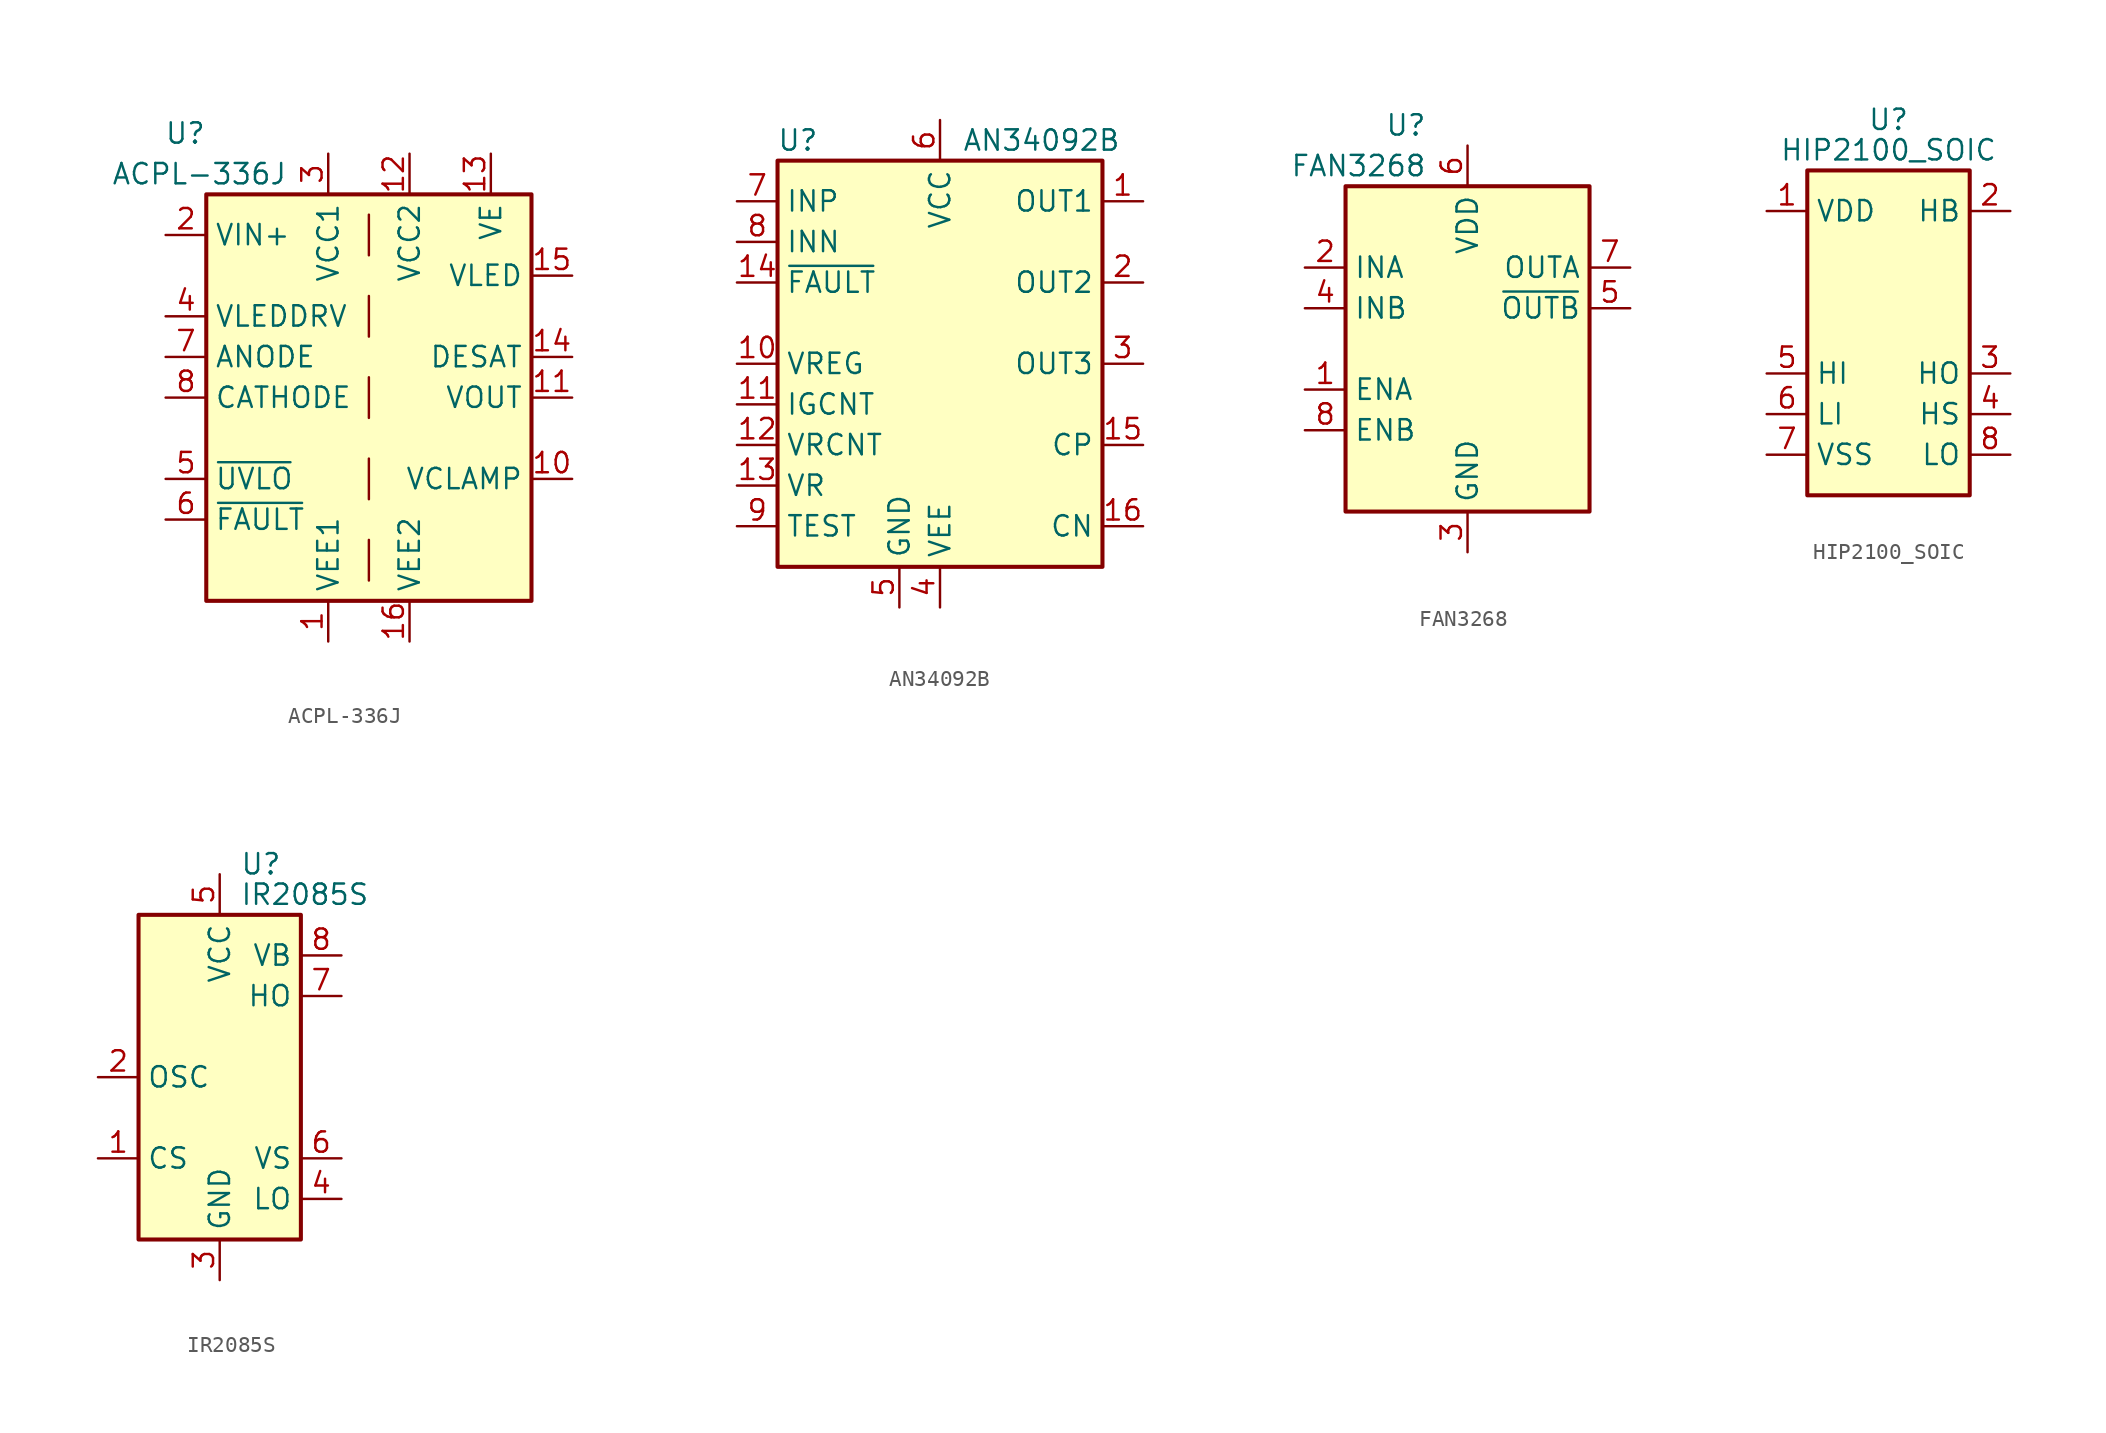
<source format=kicad_sym>
(kicad_symbol_lib
  (version 20211014)
  (generator kicad_symbol_editor)
  (symbol "ACPL-336J"
    (property "Reference" "U"
      (at -10.16 16.51 0)
      (effects (font (size 1.27 1.27)) (justify right)))
    (property "Value" "ACPL-336J"
      (at -5.08 13.97 0)
      (effects (font (size 1.27 1.27)) (justify right)))
    (symbol "ACPL-336J_0_1"
      (rectangle (start -10.16 12.7) (end 10.16 -12.7) (stroke (width 0.254) (type default) (color 0 0 0 0)) (fill (type background)))
      (polyline (pts (xy 0 -11.43) (xy 0 -8.89)) (stroke (width 0) (type default) (color 0 0 0 0)) (fill (type none)))
      (polyline (pts (xy 0 -6.35) (xy 0 -3.81)) (stroke (width 0) (type default) (color 0 0 0 0)) (fill (type none)))
      (polyline (pts (xy 0 -1.27) (xy 0 1.27)) (stroke (width 0) (type default) (color 0 0 0 0)) (fill (type none)))
      (polyline (pts (xy 0 3.81) (xy 0 6.35)) (stroke (width 0) (type default) (color 0 0 0 0)) (fill (type none)))
      (polyline (pts (xy 0 8.89) (xy 0 11.43)) (stroke (width 0) (type default) (color 0 0 0 0)) (fill (type none))))
    (symbol "ACPL-336J_1_1"
      (pin power_in line (at -2.54 -15.24 90) (length 2.54) (name "VEE1" (effects (font (size 1.27 1.27)))) (number "1" (effects (font (size 1.27 1.27)))))
      (pin bidirectional line (at 12.7 -5.08 180) (length 2.54) (name "VCLAMP" (effects (font (size 1.27 1.27)))) (number "10" (effects (font (size 1.27 1.27)))))
      (pin output line (at 12.7 0 180) (length 2.54) (name "VOUT" (effects (font (size 1.27 1.27)))) (number "11" (effects (font (size 1.27 1.27)))))
      (pin power_in line (at 2.54 15.24 270) (length 2.54) (name "VCC2" (effects (font (size 1.27 1.27)))) (number "12" (effects (font (size 1.27 1.27)))))
      (pin power_in line (at 7.62 15.24 270) (length 2.54) (name "VE" (effects (font (size 1.27 1.27)))) (number "13" (effects (font (size 1.27 1.27)))))
      (pin bidirectional line (at 12.7 2.54 180) (length 2.54) (name "DESAT" (effects (font (size 1.27 1.27)))) (number "14" (effects (font (size 1.27 1.27)))))
      (pin output line (at 12.7 7.62 180) (length 2.54) (name "VLED" (effects (font (size 1.27 1.27)))) (number "15" (effects (font (size 1.27 1.27)))))
      (pin power_in line (at 2.54 -15.24 90) (length 2.54) (name "VEE2" (effects (font (size 1.27 1.27)))) (number "16" (effects (font (size 1.27 1.27)))))
      (pin input line (at -12.7 10.16 0) (length 2.54) (name "VIN+" (effects (font (size 1.27 1.27)))) (number "2" (effects (font (size 1.27 1.27)))))
      (pin power_in line (at -2.54 15.24 270) (length 2.54) (name "VCC1" (effects (font (size 1.27 1.27)))) (number "3" (effects (font (size 1.27 1.27)))))
      (pin output line (at -12.7 5.08 0) (length 2.54) (name "VLEDDRV" (effects (font (size 1.27 1.27)))) (number "4" (effects (font (size 1.27 1.27)))))
      (pin open_collector line (at -12.7 -5.08 0) (length 2.54) (name "~{UVLO}" (effects (font (size 1.27 1.27)))) (number "5" (effects (font (size 1.27 1.27)))))
      (pin open_collector line (at -12.7 -7.62 0) (length 2.54) (name "~{FAULT}" (effects (font (size 1.27 1.27)))) (number "6" (effects (font (size 1.27 1.27)))))
      (pin passive line (at -12.7 2.54 0) (length 2.54) (name "ANODE" (effects (font (size 1.27 1.27)))) (number "7" (effects (font (size 1.27 1.27)))))
      (pin passive line (at -12.7 0 0) (length 2.54) (name "CATHODE" (effects (font (size 1.27 1.27)))) (number "8" (effects (font (size 1.27 1.27)))))
      (pin passive line (at 2.54 -15.24 90) (length 2.54) hide (name "VEE2" (effects (font (size 1.27 1.27)))) (number "9" (effects (font (size 1.27 1.27)))))))
  (symbol "AN34092B"
    (property "Reference" "U"
      (at -8.89 13.97 0)
      (effects (font (size 1.27 1.27))))
    (property "Value" "AN34092B"
      (at 6.35 13.97 0)
      (effects (font (size 1.27 1.27))))
    (symbol "AN34092B_0_1"
      (rectangle (start -10.16 -12.7) (end 10.16 12.7) (stroke (width 0.254) (type default) (color 0 0 0 0)) (fill (type background))))
    (symbol "AN34092B_1_1"
      (pin output line (at 12.7 10.16 180) (length 2.54) (name "OUT1" (effects (font (size 1.27 1.27)))) (number "1" (effects (font (size 1.27 1.27)))))
      (pin passive line (at -12.7 0 0) (length 2.54) (name "VREG" (effects (font (size 1.27 1.27)))) (number "10" (effects (font (size 1.27 1.27)))))
      (pin passive line (at -12.7 -2.54 0) (length 2.54) (name "IGCNT" (effects (font (size 1.27 1.27)))) (number "11" (effects (font (size 1.27 1.27)))))
      (pin passive line (at -12.7 -5.08 0) (length 2.54) (name "VRCNT" (effects (font (size 1.27 1.27)))) (number "12" (effects (font (size 1.27 1.27)))))
      (pin passive line (at -12.7 -7.62 0) (length 2.54) (name "VR" (effects (font (size 1.27 1.27)))) (number "13" (effects (font (size 1.27 1.27)))))
      (pin open_collector line (at -12.7 5.08 0) (length 2.54) (name "~{FAULT}" (effects (font (size 1.27 1.27)))) (number "14" (effects (font (size 1.27 1.27)))))
      (pin passive line (at 12.7 -5.08 180) (length 2.54) (name "CP" (effects (font (size 1.27 1.27)))) (number "15" (effects (font (size 1.27 1.27)))))
      (pin passive line (at 12.7 -10.16 180) (length 2.54) (name "CN" (effects (font (size 1.27 1.27)))) (number "16" (effects (font (size 1.27 1.27)))))
      (pin passive line (at -2.54 -15.24 90) (length 2.54) hide (name "GND" (effects (font (size 1.27 1.27)))) (number "17" (effects (font (size 1.27 1.27)))))
      (pin output line (at 12.7 5.08 180) (length 2.54) (name "OUT2" (effects (font (size 1.27 1.27)))) (number "2" (effects (font (size 1.27 1.27)))))
      (pin output line (at 12.7 0 180) (length 2.54) (name "OUT3" (effects (font (size 1.27 1.27)))) (number "3" (effects (font (size 1.27 1.27)))))
      (pin power_in line (at 0 -15.24 90) (length 2.54) (name "VEE" (effects (font (size 1.27 1.27)))) (number "4" (effects (font (size 1.27 1.27)))))
      (pin power_in line (at -2.54 -15.24 90) (length 2.54) (name "GND" (effects (font (size 1.27 1.27)))) (number "5" (effects (font (size 1.27 1.27)))))
      (pin power_in line (at 0 15.24 270) (length 2.54) (name "VCC" (effects (font (size 1.27 1.27)))) (number "6" (effects (font (size 1.27 1.27)))))
      (pin input line (at -12.7 10.16 0) (length 2.54) (name "INP" (effects (font (size 1.27 1.27)))) (number "7" (effects (font (size 1.27 1.27)))))
      (pin input line (at -12.7 7.62 0) (length 2.54) (name "INN" (effects (font (size 1.27 1.27)))) (number "8" (effects (font (size 1.27 1.27)))))
      (pin passive line (at -12.7 -10.16 0) (length 2.54) (name "TEST" (effects (font (size 1.27 1.27)))) (number "9" (effects (font (size 1.27 1.27)))))))
  (symbol "FAN3268"
    (property "Reference" "U"
      (at -2.54 13.97 0)
      (effects (font (size 1.27 1.27)) (justify right)))
    (property "Value" "FAN3268"
      (at -2.54 11.43 0)
      (effects (font (size 1.27 1.27)) (justify right)))
    (symbol "FAN3268_0_1"
      (rectangle (start -7.62 10.16) (end 7.62 -10.16) (stroke (width 0.254) (type default) (color 0 0 0 0)) (fill (type background))))
    (symbol "FAN3268_1_1"
      (pin input line (at -10.16 -2.54 0) (length 2.54) (name "ENA" (effects (font (size 1.27 1.27)))) (number "1" (effects (font (size 1.27 1.27)))))
      (pin input line (at -10.16 5.08 0) (length 2.54) (name "INA" (effects (font (size 1.27 1.27)))) (number "2" (effects (font (size 1.27 1.27)))))
      (pin power_in line (at 0 -12.7 90) (length 2.54) (name "GND" (effects (font (size 1.27 1.27)))) (number "3" (effects (font (size 1.27 1.27)))))
      (pin input line (at -10.16 2.54 0) (length 2.54) (name "INB" (effects (font (size 1.27 1.27)))) (number "4" (effects (font (size 1.27 1.27)))))
      (pin output line (at 10.16 2.54 180) (length 2.54) (name "~{OUTB}" (effects (font (size 1.27 1.27)))) (number "5" (effects (font (size 1.27 1.27)))))
      (pin power_in line (at 0 12.7 270) (length 2.54) (name "VDD" (effects (font (size 1.27 1.27)))) (number "6" (effects (font (size 1.27 1.27)))))
      (pin output line (at 10.16 5.08 180) (length 2.54) (name "OUTA" (effects (font (size 1.27 1.27)))) (number "7" (effects (font (size 1.27 1.27)))))
      (pin input line (at -10.16 -5.08 0) (length 2.54) (name "ENB" (effects (font (size 1.27 1.27)))) (number "8" (effects (font (size 1.27 1.27)))))))
  (symbol "HIP2100_SOIC"
    (property "Reference" "U"
      (at 0 13.335 0)
      (effects (font (size 1.27 1.27))))
    (property "Value" "HIP2100_SOIC"
      (at 0 11.43 0)
      (effects (font (size 1.27 1.27))))
    (symbol "HIP2100_SOIC_0_1"
      (rectangle (start -5.08 -10.16) (end 5.08 10.16) (stroke (width 0.254) (type default) (color 0 0 0 0)) (fill (type background))))
    (symbol "HIP2100_SOIC_1_1"
      (pin power_in line (at -7.62 7.62 0) (length 2.54) (name "VDD" (effects (font (size 1.27 1.27)))) (number "1" (effects (font (size 1.27 1.27)))))
      (pin passive line (at 7.62 7.62 180) (length 2.54) (name "HB" (effects (font (size 1.27 1.27)))) (number "2" (effects (font (size 1.27 1.27)))))
      (pin output line (at 7.62 -2.54 180) (length 2.54) (name "HO" (effects (font (size 1.27 1.27)))) (number "3" (effects (font (size 1.27 1.27)))))
      (pin passive line (at 7.62 -5.08 180) (length 2.54) (name "HS" (effects (font (size 1.27 1.27)))) (number "4" (effects (font (size 1.27 1.27)))))
      (pin input line (at -7.62 -2.54 0) (length 2.54) (name "HI" (effects (font (size 1.27 1.27)))) (number "5" (effects (font (size 1.27 1.27)))))
      (pin input line (at -7.62 -5.08 0) (length 2.54) (name "LI" (effects (font (size 1.27 1.27)))) (number "6" (effects (font (size 1.27 1.27)))))
      (pin power_in line (at -7.62 -7.62 0) (length 2.54) (name "VSS" (effects (font (size 1.27 1.27)))) (number "7" (effects (font (size 1.27 1.27)))))
      (pin output line (at 7.62 -7.62 180) (length 2.54) (name "LO" (effects (font (size 1.27 1.27)))) (number "8" (effects (font (size 1.27 1.27)))))))
  (symbol "IR2085S"
    (property "Reference" "U"
      (at 1.27 13.335 0)
      (effects (font (size 1.27 1.27)) (justify left)))
    (property "Value" "IR2085S"
      (at 1.27 11.43 0)
      (effects (font (size 1.27 1.27)) (justify left)))
    (symbol "IR2085S_0_1"
      (rectangle (start -5.08 -10.16) (end 5.08 10.16) (stroke (width 0.254) (type default) (color 0 0 0 0)) (fill (type background))))
    (symbol "IR2085S_1_1"
      (pin input line (at -7.62 -5.08 0) (length 2.54) (name "CS" (effects (font (size 1.27 1.27)))) (number "1" (effects (font (size 1.27 1.27)))))
      (pin passive line (at -7.62 0 0) (length 2.54) (name "OSC" (effects (font (size 1.27 1.27)))) (number "2" (effects (font (size 1.27 1.27)))))
      (pin power_in line (at 0 -12.7 90) (length 2.54) (name "GND" (effects (font (size 1.27 1.27)))) (number "3" (effects (font (size 1.27 1.27)))))
      (pin output line (at 7.62 -7.62 180) (length 2.54) (name "LO" (effects (font (size 1.27 1.27)))) (number "4" (effects (font (size 1.27 1.27)))))
      (pin power_in line (at 0 12.7 270) (length 2.54) (name "VCC" (effects (font (size 1.27 1.27)))) (number "5" (effects (font (size 1.27 1.27)))))
      (pin passive line (at 7.62 -5.08 180) (length 2.54) (name "VS" (effects (font (size 1.27 1.27)))) (number "6" (effects (font (size 1.27 1.27)))))
      (pin output line (at 7.62 5.08 180) (length 2.54) (name "HO" (effects (font (size 1.27 1.27)))) (number "7" (effects (font (size 1.27 1.27)))))
      (pin passive line (at 7.62 7.62 180) (length 2.54) (name "VB" (effects (font (size 1.27 1.27)))) (number "8" (effects (font (size 1.27 1.27))))))))
</source>
